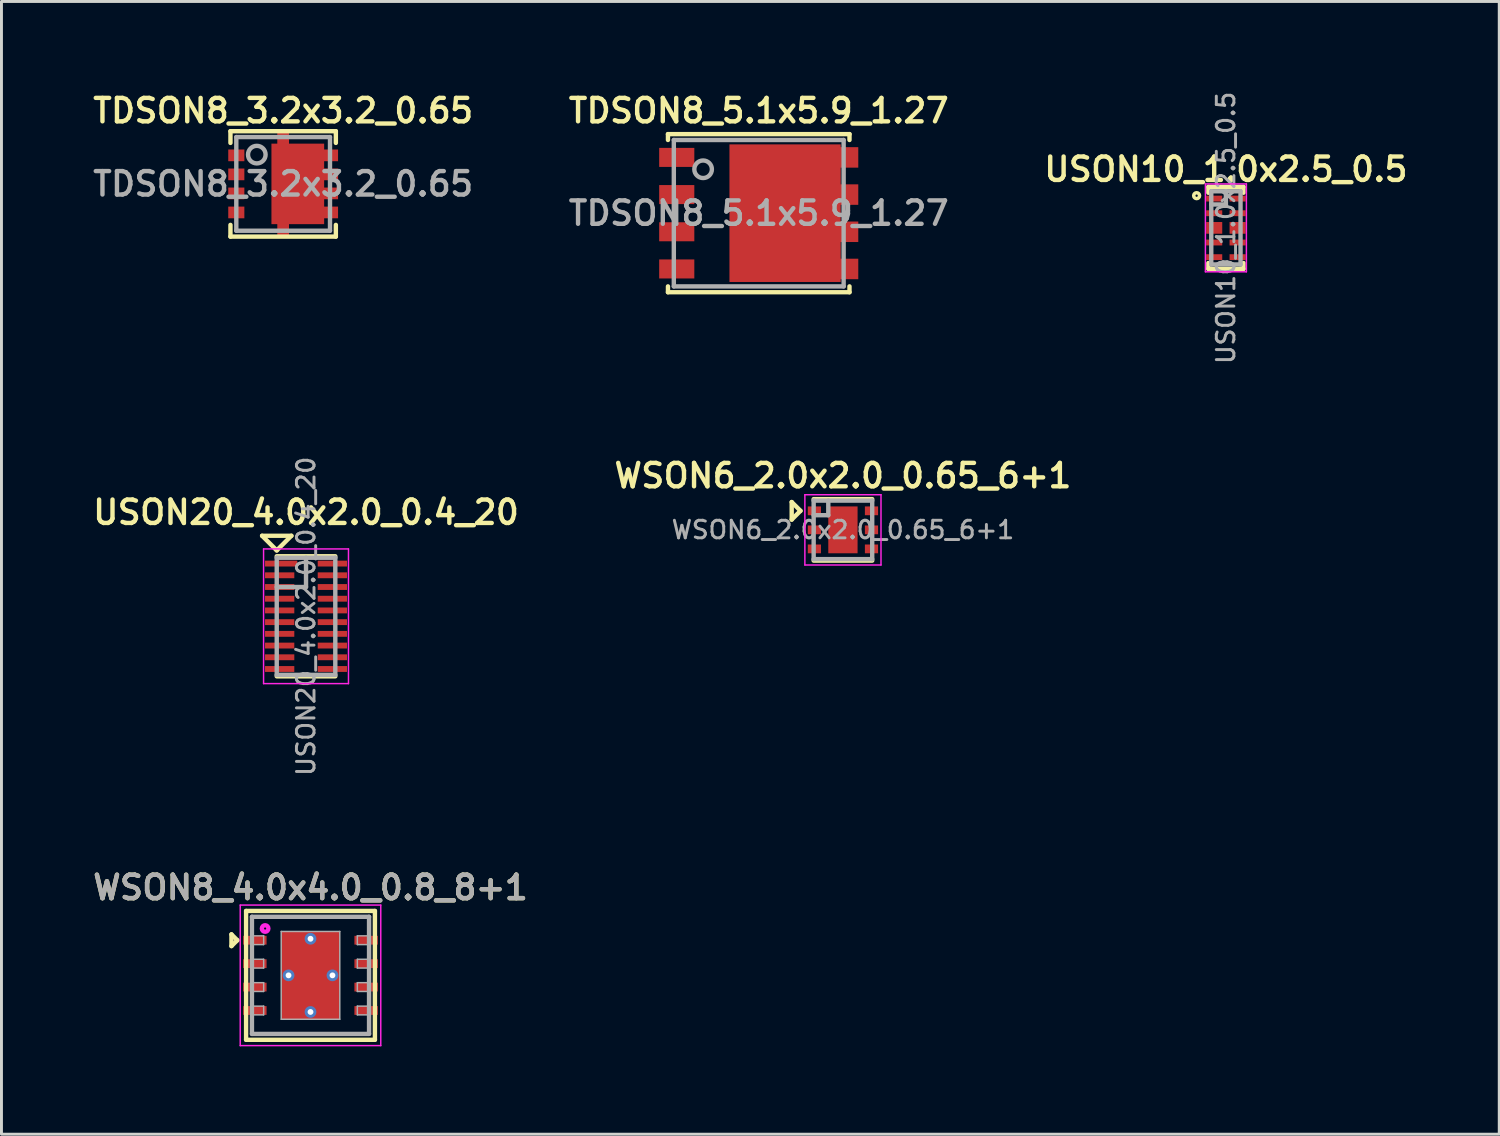
<source format=kicad_pcb>
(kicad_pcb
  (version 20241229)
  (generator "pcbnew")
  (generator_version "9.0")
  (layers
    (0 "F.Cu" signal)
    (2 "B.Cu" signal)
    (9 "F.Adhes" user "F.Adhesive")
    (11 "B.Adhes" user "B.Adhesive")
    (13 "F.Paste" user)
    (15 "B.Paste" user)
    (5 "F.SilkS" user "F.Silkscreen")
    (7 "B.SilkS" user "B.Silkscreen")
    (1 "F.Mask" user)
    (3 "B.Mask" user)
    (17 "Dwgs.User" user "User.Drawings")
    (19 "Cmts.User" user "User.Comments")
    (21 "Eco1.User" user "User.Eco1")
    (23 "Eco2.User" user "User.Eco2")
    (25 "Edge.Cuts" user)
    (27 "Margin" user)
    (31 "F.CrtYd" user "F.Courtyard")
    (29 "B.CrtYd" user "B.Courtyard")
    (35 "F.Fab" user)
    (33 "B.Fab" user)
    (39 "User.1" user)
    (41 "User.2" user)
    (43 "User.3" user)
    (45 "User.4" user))
  (footprint "WSON8_4.0x4.0_0.8_8+1"
    (layer "F.Cu")
    (at 7.555 30.263)
    (property "Reference" "WSON8_4.0x4.0_0.8_8+1" (at 0 -3 0) (layer "F.SilkS") (effects (font (size 0.8 0.8) (thickness 0.15))))
    (attr smd)
    (fp_line (start -2.7 -1.4) (end -2.7 -1) (stroke (width 0.15) (type solid)) (layer "F.SilkS"))
    (fp_line (start -2.7 -1) (end -2.5 -1.2) (stroke (width 0.15) (type solid)) (layer "F.SilkS"))
    (fp_line (start -2.5 -1.2) (end -2.7 -1.4) (stroke (width 0.15) (type solid)) (layer "F.SilkS"))
    (fp_line (start -2.2 -2.2) (end 2.2 -2.2) (stroke (width 0.15) (type solid)) (layer "F.SilkS"))
    (fp_line (start -2.2 2.2) (end -2.2 -2.2) (stroke (width 0.15) (type solid)) (layer "F.SilkS"))
    (fp_line (start 2.2 -2.2) (end 2.2 2.2) (stroke (width 0.15) (type solid)) (layer "F.SilkS"))
    (fp_line (start 2.2 2.2) (end -2.2 2.2) (stroke (width 0.15) (type solid)) (layer "F.SilkS"))
    (fp_line (start -2.4 -2.4) (end 2.4 -2.4) (stroke (width 0.05) (type solid)) (layer "F.CrtYd"))
    (fp_line (start -2.4 2.4) (end -2.4 -2.4) (stroke (width 0.05) (type solid)) (layer "F.CrtYd"))
    (fp_line (start 2.4 -2.4) (end 2.4 2.4) (stroke (width 0.05) (type solid)) (layer "F.CrtYd"))
    (fp_line (start 2.4 2.4) (end -2.4 2.4) (stroke (width 0.05) (type solid)) (layer "F.CrtYd"))
    (fp_circle (center -1.55 -1.6) (end -1.45 -1.55) (stroke (width 0.15) (type solid)) (fill no) (layer "F.CrtYd"))
    (fp_line (start -2 -2) (end 2 -2) (stroke (width 0.15) (type solid)) (layer "F.Fab"))
    (fp_line (start -2 -1.35) (end -1.6 -1.35) (stroke (width 0.05) (type solid)) (layer "F.Fab"))
    (fp_line (start -2 -0.55) (end -1.6 -0.55) (stroke (width 0.05) (type solid)) (layer "F.Fab"))
    (fp_line (start -2 0.25) (end -1.6 0.25) (stroke (width 0.05) (type solid)) (layer "F.Fab"))
    (fp_line (start -2 1.05) (end -1.6 1.05) (stroke (width 0.05) (type solid)) (layer "F.Fab"))
    (fp_line (start -2 2) (end -2 -2) (stroke (width 0.15) (type solid)) (layer "F.Fab"))
    (fp_line (start -1.6 -1.35) (end -1.6 -1.05) (stroke (width 0.05) (type solid)) (layer "F.Fab"))
    (fp_line (start -1.6 -1.05) (end -2 -1.05) (stroke (width 0.05) (type solid)) (layer "F.Fab"))
    (fp_line (start -1.6 -0.55) (end -1.6 -0.25) (stroke (width 0.05) (type solid)) (layer "F.Fab"))
    (fp_line (start -1.6 -0.25) (end -2 -0.25) (stroke (width 0.05) (type solid)) (layer "F.Fab"))
    (fp_line (start -1.6 0.25) (end -1.6 0.55) (stroke (width 0.05) (type solid)) (layer "F.Fab"))
    (fp_line (start -1.6 0.55) (end -2 0.55) (stroke (width 0.05) (type solid)) (layer "F.Fab"))
    (fp_line (start -1.6 1.05) (end -1.6 1.35) (stroke (width 0.05) (type solid)) (layer "F.Fab"))
    (fp_line (start -1.6 1.35) (end -2 1.35) (stroke (width 0.05) (type solid)) (layer "F.Fab"))
    (fp_line (start -1 -1.5) (end -1 1.5) (stroke (width 0.05) (type solid)) (layer "F.Fab"))
    (fp_line (start -1 1.5) (end 1 1.5) (stroke (width 0.05) (type solid)) (layer "F.Fab"))
    (fp_line (start 1 -1.5) (end -1 -1.5) (stroke (width 0.05) (type solid)) (layer "F.Fab"))
    (fp_line (start 1 1.5) (end 1 -1.5) (stroke (width 0.05) (type solid)) (layer "F.Fab"))
    (fp_line (start 1.6 -1.35) (end 1.6 -1.05) (stroke (width 0.05) (type solid)) (layer "F.Fab"))
    (fp_line (start 1.6 -1.05) (end 2 -1.05) (stroke (width 0.05) (type solid)) (layer "F.Fab"))
    (fp_line (start 1.6 -0.55) (end 1.6 -0.25) (stroke (width 0.05) (type solid)) (layer "F.Fab"))
    (fp_line (start 1.6 -0.25) (end 2 -0.25) (stroke (width 0.05) (type solid)) (layer "F.Fab"))
    (fp_line (start 1.6 0.25) (end 1.6 0.55) (stroke (width 0.05) (type solid)) (layer "F.Fab"))
    (fp_line (start 1.6 0.55) (end 2 0.55) (stroke (width 0.05) (type solid)) (layer "F.Fab"))
    (fp_line (start 1.6 1.05) (end 1.6 1.35) (stroke (width 0.05) (type solid)) (layer "F.Fab"))
    (fp_line (start 1.6 1.35) (end 2 1.35) (stroke (width 0.05) (type solid)) (layer "F.Fab"))
    (fp_line (start 2 -2) (end 2 2) (stroke (width 0.15) (type solid)) (layer "F.Fab"))
    (fp_line (start 2 -1.35) (end 1.6 -1.35) (stroke (width 0.05) (type solid)) (layer "F.Fab"))
    (fp_line (start 2 -0.55) (end 1.6 -0.55) (stroke (width 0.05) (type solid)) (layer "F.Fab"))
    (fp_line (start 2 0.25) (end 1.6 0.25) (stroke (width 0.05) (type solid)) (layer "F.Fab"))
    (fp_line (start 2 1.05) (end 1.6 1.05) (stroke (width 0.05) (type solid)) (layer "F.Fab"))
    (fp_line (start 2 2) (end -2 2) (stroke (width 0.15) (type solid)) (layer "F.Fab"))
    (fp_text user "${REFERENCE}" (at 0 -3 0) (layer "F.Fab") (effects (font (size 0.8 0.8) (thickness 0.15))))
    (pad "" smd rect (at 0 -0.755) (size 1.75 1.31) (layers "F.Cu" "F.Paste"))
    (pad "" smd rect (at 0 0.755) (size 1.75 1.31) (layers "F.Cu" "F.Paste"))
    (pad "1" smd rect (at -1.9 -1.2 90) (size 0.3 0.8) (layers "F.Cu" "F.Mask" "F.Paste"))
    (pad "2" smd rect (at -1.9 -0.4 90) (size 0.3 0.8) (layers "F.Cu" "F.Mask" "F.Paste"))
    (pad "3" smd rect (at -1.9 0.4 90) (size 0.3 0.8) (layers "F.Cu" "F.Mask" "F.Paste"))
    (pad "4" smd rect (at -1.9 1.2 90) (size 0.3 0.8) (layers "F.Cu" "F.Mask" "F.Paste"))
    (pad "5" smd rect (at 1.9 1.2 90) (size 0.3 0.8) (layers "F.Cu" "F.Mask" "F.Paste"))
    (pad "6" smd rect (at 1.9 0.4 90) (size 0.3 0.8) (layers "F.Cu" "F.Mask" "F.Paste"))
    (pad "7" smd rect (at 1.9 -0.4 90) (size 0.3 0.8) (layers "F.Cu" "F.Mask" "F.Paste"))
    (pad "8" smd rect (at 1.9 -1.2 90) (size 0.3 0.8) (layers "F.Cu" "F.Mask" "F.Paste"))
    (pad "9" thru_hole circle (at -0.75 0) (size 0.4 0.4) (drill 0.2) (layers "*.Cu" "*.Mask"))
    (pad "9" thru_hole circle (at 0 -1.25) (size 0.4 0.4) (drill 0.2) (layers "*.Cu" "*.Mask"))
    (pad "9" smd rect (at 0 0) (size 2 3) (layers "F.Cu" "F.Mask"))
    (pad "9" thru_hole circle (at 0 1.25) (size 0.4 0.4) (drill 0.2) (layers "*.Cu" "*.Mask"))
    (pad "9" thru_hole circle (at 0.75 0) (size 0.4 0.4) (drill 0.2) (layers "*.Cu" "*.Mask")))
  (footprint "TDSON8_3.2x3.2_0.65"
    (layer "F.Cu")
    (at 6.621 3.231)
    (property "Reference" "TDSON8_3.2x3.2_0.65" (at 0 -2.5 0) (layer "F.SilkS") (effects (font (size 0.8 0.8) (thickness 0.15))))
    (attr smd)
    (fp_line (start -1.8 -1.8) (end 1.8 -1.8) (stroke (width 0.15) (type solid)) (layer "F.SilkS"))
    (fp_line (start -1.8 -1.4) (end -1.8 -1.8) (stroke (width 0.15) (type solid)) (layer "F.SilkS"))
    (fp_line (start -1.8 1.8) (end -1.8 1.4) (stroke (width 0.15) (type solid)) (layer "F.SilkS"))
    (fp_line (start -1.8 1.8) (end 1.8 1.8) (stroke (width 0.15) (type solid)) (layer "F.SilkS"))
    (fp_line (start 1.8 -1.4) (end 1.8 -1.8) (stroke (width 0.15) (type solid)) (layer "F.SilkS"))
    (fp_line (start 1.8 1.8) (end 1.8 1.4) (stroke (width 0.15) (type solid)) (layer "F.SilkS"))
    (fp_line (start -1.6 -1.6) (end 1.6 -1.6) (stroke (width 0.15) (type solid)) (layer "F.Fab"))
    (fp_line (start -1.6 1.6) (end -1.6 -1.6) (stroke (width 0.15) (type solid)) (layer "F.Fab"))
    (fp_line (start 1.6 -1.6) (end 1.6 1.6) (stroke (width 0.15) (type solid)) (layer "F.Fab"))
    (fp_line (start 1.6 1.6) (end -1.6 1.6) (stroke (width 0.15) (type solid)) (layer "F.Fab"))
    (fp_circle (center -0.9 -1) (end -0.6 -1) (stroke (width 0.15) (type solid)) (fill no) (layer "F.Fab"))
    (fp_text user "${REFERENCE}" (at 0 0 0) (layer "F.Fab") (effects (font (size 0.8 0.8) (thickness 0.15))))
    (pad "1" smd rect (at -1.6 -0.975) (size 0.55 0.4) (layers "F.Cu" "F.Mask" "F.Paste"))
    (pad "2" smd rect (at -1.6 -0.325) (size 0.55 0.4) (layers "F.Cu" "F.Mask" "F.Paste"))
    (pad "3" smd rect (at -1.6 0.325) (size 0.55 0.4) (layers "F.Cu" "F.Mask" "F.Paste"))
    (pad "4" smd rect (at -1.6 0.975) (size 0.55 0.4) (layers "F.Cu" "F.Mask" "F.Paste"))
    (pad "5" smd rect (at 0 0) (size 0.4 3.5) (layers "F.Cu" "F.Mask" "F.Paste"))
    (pad "5" smd rect (at 0.5 0) (size 1.8 2.75) (layers "F.Cu" "F.Mask" "F.Paste"))
    (pad "5" smd rect (at 1.6 -0.975) (size 0.55 0.4) (layers "F.Cu" "F.Mask" "F.Paste"))
    (pad "5" smd rect (at 1.6 -0.325) (size 0.55 0.4) (layers "F.Cu" "F.Mask" "F.Paste"))
    (pad "5" smd rect (at 1.6 0.325) (size 0.55 0.4) (layers "F.Cu" "F.Mask" "F.Paste"))
    (pad "5" smd rect (at 1.6 0.975) (size 0.55 0.4) (layers "F.Cu" "F.Mask" "F.Paste")))
  (footprint "WSON6_2.0x2.0_0.65_6+1"
    (layer "F.Cu")
    (at 25.74 15.047)
    (property "Reference" "WSON6_2.0x2.0_0.65_6+1" (at 0 -1.85 0) (layer "F.SilkS") (effects (font (size 0.8 0.8) (thickness 0.15))))
    (attr smd)
    (fp_line (start -1.75 -0.95) (end -1.75 -0.35) (stroke (width 0.15) (type solid)) (layer "F.SilkS"))
    (fp_line (start -1.75 -0.35) (end -1.45 -0.65) (stroke (width 0.15) (type solid)) (layer "F.SilkS"))
    (fp_line (start -1.45 -0.65) (end -1.75 -0.95) (stroke (width 0.15) (type solid)) (layer "F.SilkS"))
    (fp_line (start -1 -1.05) (end 1 -1.05) (stroke (width 0.15) (type solid)) (layer "F.SilkS"))
    (fp_line (start -1 1.05) (end 1 1.05) (stroke (width 0.15) (type solid)) (layer "F.SilkS"))
    (fp_line (start -1.3 -1.2) (end 1.3 -1.2) (stroke (width 0.05) (type solid)) (layer "F.CrtYd"))
    (fp_line (start -1.3 1.2) (end -1.3 -1.2) (stroke (width 0.05) (type solid)) (layer "F.CrtYd"))
    (fp_line (start 1.3 -1.2) (end 1.3 1.2) (stroke (width 0.05) (type solid)) (layer "F.CrtYd"))
    (fp_line (start 1.3 1.2) (end -1.3 1.2) (stroke (width 0.05) (type solid)) (layer "F.CrtYd"))
    (fp_line (start -1 -1) (end 1 -1) (stroke (width 0.15) (type solid)) (layer "F.Fab"))
    (fp_line (start -1 -0.5) (end -0.5 -0.5) (stroke (width 0.15) (type solid)) (layer "F.Fab"))
    (fp_line (start -1 1) (end -1 -1) (stroke (width 0.15) (type solid)) (layer "F.Fab"))
    (fp_line (start -0.5 -0.5) (end -0.5 -1) (stroke (width 0.15) (type solid)) (layer "F.Fab"))
    (fp_line (start 1 -1) (end 1 1) (stroke (width 0.15) (type solid)) (layer "F.Fab"))
    (fp_line (start 1 1) (end -1 1) (stroke (width 0.15) (type solid)) (layer "F.Fab"))
    (fp_text user "${REFERENCE}" (at 0 0 0) (layer "F.Fab") (effects (font (size 0.6 0.6) (thickness 0.1))))
    (pad "1" smd rect (at -0.975 -0.65) (size 0.45 0.3) (layers "F.Cu" "F.Mask" "F.Paste"))
    (pad "2" smd rect (at -0.975 0) (size 0.45 0.3) (layers "F.Cu" "F.Mask" "F.Paste"))
    (pad "3" smd rect (at -0.975 0.65) (size 0.45 0.3) (layers "F.Cu" "F.Mask" "F.Paste"))
    (pad "4" smd rect (at 0.975 0.65) (size 0.45 0.3) (layers "F.Cu" "F.Mask" "F.Paste"))
    (pad "5" smd rect (at 0.975 0) (size 0.45 0.3) (layers "F.Cu" "F.Mask" "F.Paste"))
    (pad "6" smd rect (at 0.975 -0.65) (size 0.45 0.3) (layers "F.Cu" "F.Mask" "F.Paste"))
    (pad "7" smd rect (at 0 0) (size 1 1.6) (layers "F.Cu" "F.Mask" "F.Paste")))
  (footprint "USON10_1.0x2.5_0.5"
    (layer "F.Cu")
    (at 38.82 4.733)
    (property "Reference" "USON10_1.0x2.5_0.5" (at 0 -2 0) (layer "F.SilkS") (effects (font (size 0.8 0.8) (thickness 0.15))))
    (attr smd)
    (fp_line (start -0.6 -1.4) (end -0.6 -1.2) (stroke (width 0.15) (type solid)) (layer "F.SilkS"))
    (fp_line (start -0.6 -1.4) (end 0.6 -1.4) (stroke (width 0.15) (type solid)) (layer "F.SilkS"))
    (fp_line (start -0.6 1.4) (end -0.6 1.2) (stroke (width 0.15) (type solid)) (layer "F.SilkS"))
    (fp_line (start -0.6 1.4) (end 0.6 1.4) (stroke (width 0.15) (type solid)) (layer "F.SilkS"))
    (fp_line (start 0.6 -1.4) (end 0.6 -1.2) (stroke (width 0.15) (type solid)) (layer "F.SilkS"))
    (fp_line (start 0.6 1.4) (end 0.6 1.2) (stroke (width 0.15) (type solid)) (layer "F.SilkS"))
    (fp_circle (center -1 -1.1) (end -0.9 -1.1) (stroke (width 0.12) (type solid)) (fill no) (layer "F.SilkS"))
    (fp_line (start -0.7 -1.5) (end 0.7 -1.5) (stroke (width 0.05) (type solid)) (layer "F.CrtYd"))
    (fp_line (start -0.7 1.5) (end -0.7 -1.5) (stroke (width 0.05) (type solid)) (layer "F.CrtYd"))
    (fp_line (start 0.7 -1.5) (end 0.7 1.5) (stroke (width 0.05) (type solid)) (layer "F.CrtYd"))
    (fp_line (start 0.7 1.5) (end -0.7 1.5) (stroke (width 0.05) (type solid)) (layer "F.CrtYd"))
    (fp_line (start -0.5 -1.25) (end -0.5 1.25) (stroke (width 0.15) (type solid)) (layer "F.Fab"))
    (fp_line (start -0.5 -0.8) (end 0 -0.8) (stroke (width 0.15) (type solid)) (layer "F.Fab"))
    (fp_line (start -0.5 1.25) (end 0.5 1.25) (stroke (width 0.15) (type solid)) (layer "F.Fab"))
    (fp_line (start 0 -0.8) (end 0 -1.25) (stroke (width 0.15) (type solid)) (layer "F.Fab"))
    (fp_line (start 0.5 -1.25) (end -0.5 -1.25) (stroke (width 0.15) (type solid)) (layer "F.Fab"))
    (fp_line (start 0.5 1.25) (end 0.5 -1.25) (stroke (width 0.15) (type solid)) (layer "F.Fab"))
    (fp_text user "${REFERENCE}" (at 0 0 90) (layer "F.Fab") (effects (font (size 0.6 0.6) (thickness 0.1))))
    (pad "1" smd rect (at -0.4 -1) (size 0.55 0.2) (layers "F.Cu" "F.Mask" "F.Paste"))
    (pad "2" smd rect (at -0.4 -0.5) (size 0.55 0.2) (layers "F.Cu" "F.Mask" "F.Paste"))
    (pad "3" smd rect (at -0.4 0) (size 0.55 0.4) (layers "F.Cu" "F.Mask" "F.Paste"))
    (pad "4" smd rect (at -0.4 0.5) (size 0.55 0.2) (layers "F.Cu" "F.Mask" "F.Paste"))
    (pad "5" smd rect (at -0.4 1) (size 0.55 0.2) (layers "F.Cu" "F.Mask" "F.Paste"))
    (pad "6" smd rect (at 0.4 1) (size 0.55 0.2) (layers "F.Cu" "F.Mask" "F.Paste"))
    (pad "7" smd rect (at 0.4 0.5) (size 0.55 0.2) (layers "F.Cu" "F.Mask" "F.Paste"))
    (pad "8" smd rect (at 0.4 0) (size 0.55 0.4) (layers "F.Cu" "F.Mask" "F.Paste"))
    (pad "9" smd rect (at 0.4 -0.5) (size 0.55 0.2) (layers "F.Cu" "F.Mask" "F.Paste"))
    (pad "10" smd rect (at 0.4 -1) (size 0.55 0.2) (layers "F.Cu" "F.Mask" "F.Paste")))
  (footprint "USON20_4.0x2.0_0.4_20"
    (layer "F.Cu")
    (at 7.402 17.999)
    (property "Reference" "USON20_4.0x2.0_0.4_20" (at 0 -3.55 0) (layer "F.SilkS") (effects (font (size 0.8 0.8) (thickness 0.15))))
    (attr smd)
    (fp_line (start -1.5 -2.75) (end -0.5 -2.75) (stroke (width 0.15) (type solid)) (layer "F.SilkS"))
    (fp_line (start -1 -2.25) (end -1.5 -2.75) (stroke (width 0.15) (type solid)) (layer "F.SilkS"))
    (fp_line (start -1 -2.05) (end 1 -2.05) (stroke (width 0.15) (type solid)) (layer "F.SilkS"))
    (fp_line (start -1 2.05) (end 1 2.05) (stroke (width 0.15) (type solid)) (layer "F.SilkS"))
    (fp_line (start -0.5 -2.75) (end -1 -2.25) (stroke (width 0.15) (type solid)) (layer "F.SilkS"))
    (fp_line (start -1.45 -2.3) (end 1.45 -2.3) (stroke (width 0.05) (type solid)) (layer "F.CrtYd"))
    (fp_line (start -1.45 2.3) (end -1.45 -2.3) (stroke (width 0.05) (type solid)) (layer "F.CrtYd"))
    (fp_line (start 1.45 -2.3) (end 1.45 2.3) (stroke (width 0.05) (type solid)) (layer "F.CrtYd"))
    (fp_line (start 1.45 2.3) (end -1.45 2.3) (stroke (width 0.05) (type solid)) (layer "F.CrtYd"))
    (fp_line (start -1 -2) (end -1 2) (stroke (width 0.15) (type solid)) (layer "F.Fab"))
    (fp_line (start -1 -1) (end 0 -1) (stroke (width 0.15) (type solid)) (layer "F.Fab"))
    (fp_line (start -1 2) (end 1 2) (stroke (width 0.15) (type solid)) (layer "F.Fab"))
    (fp_line (start 0 -1) (end 0 -2) (stroke (width 0.15) (type solid)) (layer "F.Fab"))
    (fp_line (start 1 -2) (end -1 -2) (stroke (width 0.15) (type solid)) (layer "F.Fab"))
    (fp_line (start 1 2) (end 1 -2) (stroke (width 0.15) (type solid)) (layer "F.Fab"))
    (fp_text user "${REFERENCE}" (at 0 0 90) (layer "F.Fab") (effects (font (size 0.6 0.6) (thickness 0.1))))
    (pad "1" smd rect (at -0.85 -1.8) (size 1.1 0.2) (layers "F.Cu" "F.Mask" "F.Paste"))
    (pad "2" smd rect (at -0.9 -1.4) (size 1 0.2) (layers "F.Cu" "F.Mask" "F.Paste"))
    (pad "3" smd rect (at -0.9 -1) (size 1 0.2) (layers "F.Cu" "F.Mask" "F.Paste"))
    (pad "4" smd rect (at -0.9 -0.6) (size 1 0.2) (layers "F.Cu" "F.Mask" "F.Paste"))
    (pad "5" smd rect (at -0.9 -0.2) (size 1 0.2) (layers "F.Cu" "F.Mask" "F.Paste"))
    (pad "6" smd rect (at -0.9 0.2) (size 1 0.2) (layers "F.Cu" "F.Mask" "F.Paste"))
    (pad "7" smd rect (at -0.9 0.6) (size 1 0.2) (layers "F.Cu" "F.Mask" "F.Paste"))
    (pad "8" smd rect (at -0.9 1) (size 1 0.2) (layers "F.Cu" "F.Mask" "F.Paste"))
    (pad "9" smd rect (at -0.9 1.4) (size 1 0.2) (layers "F.Cu" "F.Mask" "F.Paste"))
    (pad "10" smd rect (at -0.9 1.8) (size 1 0.2) (layers "F.Cu" "F.Mask" "F.Paste"))
    (pad "11" smd rect (at 0.9 1.8) (size 1 0.2) (layers "F.Cu" "F.Mask" "F.Paste"))
    (pad "12" smd rect (at 0.9 1.4) (size 1 0.2) (layers "F.Cu" "F.Mask" "F.Paste"))
    (pad "13" smd rect (at 0.9 1) (size 1 0.2) (layers "F.Cu" "F.Mask" "F.Paste"))
    (pad "14" smd rect (at 0.9 0.6) (size 1 0.2) (layers "F.Cu" "F.Mask" "F.Paste"))
    (pad "15" smd rect (at 0.9 0.2) (size 1 0.2) (layers "F.Cu" "F.Mask" "F.Paste"))
    (pad "16" smd rect (at 0.9 -0.2) (size 1 0.2) (layers "F.Cu" "F.Mask" "F.Paste"))
    (pad "17" smd rect (at 0.9 -0.6) (size 1 0.2) (layers "F.Cu" "F.Mask" "F.Paste"))
    (pad "18" smd rect (at 0.9 -1) (size 1 0.2) (layers "F.Cu" "F.Mask" "F.Paste"))
    (pad "19" smd rect (at 0.9 -1.4) (size 1 0.2) (layers "F.Cu" "F.Mask" "F.Paste"))
    (pad "20" smd rect (at 0.9 -1.8) (size 1 0.2) (layers "F.Cu" "F.Mask" "F.Paste")))
  (footprint "TDSON8_5.1x5.9_1.27"
    (layer "F.Cu")
    (at 22.864 4.231)
    (property "Reference" "TDSON8_5.1x5.9_1.27" (at 0 -3.5 0) (layer "F.SilkS") (effects (font (size 0.8 0.8) (thickness 0.15))))
    (attr through_hole)
    (fp_line (start -3.1 -2.7) (end 3.1 -2.7) (stroke (width 0.15) (type solid)) (layer "F.SilkS"))
    (fp_line (start -3.1 -2.5) (end -3.1 -2.7) (stroke (width 0.15) (type solid)) (layer "F.SilkS"))
    (fp_line (start -3.1 2.7) (end -3.1 2.5) (stroke (width 0.15) (type solid)) (layer "F.SilkS"))
    (fp_line (start -3.1 2.7) (end 3.1 2.7) (stroke (width 0.15) (type solid)) (layer "F.SilkS"))
    (fp_line (start 3.1 -2.5) (end 3.1 -2.7) (stroke (width 0.15) (type solid)) (layer "F.SilkS"))
    (fp_line (start 3.1 2.7) (end 3.1 2.5) (stroke (width 0.15) (type solid)) (layer "F.SilkS"))
    (fp_line (start -2.9 -2.5) (end 2.9 -2.5) (stroke (width 0.15) (type solid)) (layer "F.Fab"))
    (fp_line (start -2.9 2.5) (end -2.9 -2.5) (stroke (width 0.15) (type solid)) (layer "F.Fab"))
    (fp_line (start 2.9 -2.5) (end 2.9 2.5) (stroke (width 0.15) (type solid)) (layer "F.Fab"))
    (fp_line (start 2.9 2.5) (end -2.9 2.5) (stroke (width 0.15) (type solid)) (layer "F.Fab"))
    (fp_circle (center -1.9 -1.5) (end -1.6 -1.5) (stroke (width 0.15) (type solid)) (fill no) (layer "F.Fab"))
    (fp_text user "${REFERENCE}" (at 0 0 0) (layer "F.Fab") (effects (font (size 0.8 0.8) (thickness 0.15))))
    (pad "" smd rect (at 0.9 0) (size 3.8 4.7) (layers "F.Cu" "F.Mask" "F.Paste"))
    (pad "1" smd rect (at -2.8 -1.905) (size 1.2 0.65) (layers "F.Cu" "F.Mask" "F.Paste"))
    (pad "2" smd rect (at -2.8 -0.635) (size 1.2 0.65) (layers "F.Cu" "F.Mask" "F.Paste"))
    (pad "3" smd rect (at -2.8 0.635) (size 1.2 0.65) (layers "F.Cu" "F.Mask" "F.Paste"))
    (pad "4" smd rect (at -2.8 1.905) (size 1.2 0.65) (layers "F.Cu" "F.Mask" "F.Paste"))
    (pad "5" smd rect (at 2.8 1.905) (size 1.2 0.7) (layers "F.Cu" "F.Mask" "F.Paste"))
    (pad "6" smd rect (at 2.8 0.635) (size 1.2 0.7) (layers "F.Cu" "F.Mask" "F.Paste"))
    (pad "7" smd rect (at 2.8 -0.635) (size 1.2 0.7) (layers "F.Cu" "F.Mask" "F.Paste"))
    (pad "8" smd rect (at 2.8 -1.905) (size 1.2 0.7) (layers "F.Cu" "F.Mask" "F.Paste")))
  (gr_rect
    (start -3 -3)
    (end 48.156 35.688)
    (stroke (width 0.1) (type default))
    (fill no)
    (layer "Edge.Cuts")))
</source>
